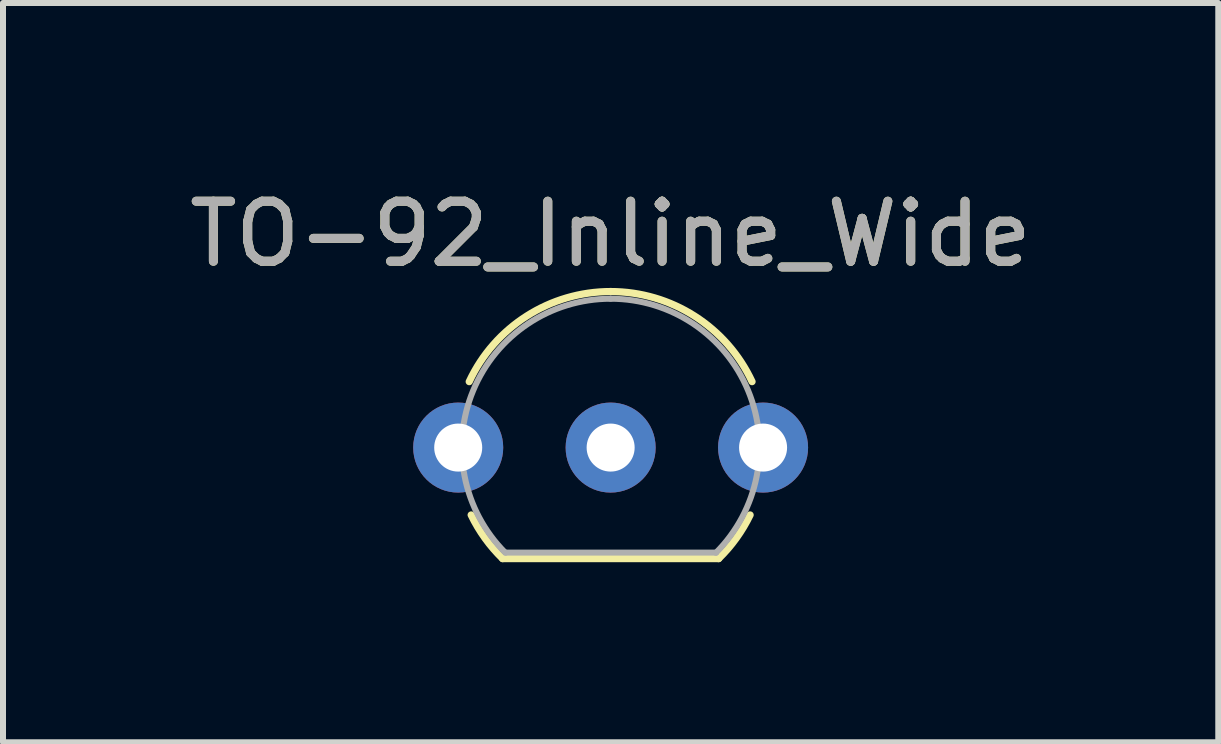
<source format=kicad_pcb>
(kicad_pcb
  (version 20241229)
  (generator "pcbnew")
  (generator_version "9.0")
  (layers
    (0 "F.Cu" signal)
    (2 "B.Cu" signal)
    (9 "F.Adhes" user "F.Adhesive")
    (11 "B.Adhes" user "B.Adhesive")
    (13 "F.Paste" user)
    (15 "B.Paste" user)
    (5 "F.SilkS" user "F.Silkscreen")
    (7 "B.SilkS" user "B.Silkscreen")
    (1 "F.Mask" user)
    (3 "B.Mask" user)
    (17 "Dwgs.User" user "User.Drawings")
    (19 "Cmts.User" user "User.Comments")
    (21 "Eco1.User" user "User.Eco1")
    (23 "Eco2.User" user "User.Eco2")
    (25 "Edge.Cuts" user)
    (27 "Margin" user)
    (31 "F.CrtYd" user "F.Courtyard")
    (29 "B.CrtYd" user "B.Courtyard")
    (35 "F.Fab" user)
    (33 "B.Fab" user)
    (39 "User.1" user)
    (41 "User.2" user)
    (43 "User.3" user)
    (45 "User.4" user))
  (footprint "TO-92_Inline_Wide"
    (layer "F.Cu")
    (at 4.585 4.408)
    (property "Reference" "TO-92_Inline_Wide" (at 2.54 -3.56 180) (layer "F.SilkS") (effects (font (size 1 1) (thickness 0.15))))
    (attr through_hole)
    (fp_line (start 0.74 1.85) (end 4.34 1.85) (stroke (width 0.12) (type solid)) (layer "F.SilkS"))
    (fp_arc (start 0.1836 -1.098807) (mid 1.143021 -2.192817) (end 2.54 -2.6) (stroke (width 0.12) (type solid)) (layer "F.SilkS"))
    (fp_arc (start 0.74 1.85) (mid 0.446097 1.509328) (end 0.215816 1.122795) (stroke (width 0.12) (type solid)) (layer "F.SilkS"))
    (fp_arc (start 2.54 -2.6) (mid 3.936979 -2.192818) (end 4.8964 -1.098807) (stroke (width 0.12) (type solid)) (layer "F.SilkS"))
    (fp_arc (start 4.864184 1.122795) (mid 4.633903 1.509328) (end 4.34 1.85) (stroke (width 0.12) (type solid)) (layer "F.SilkS"))
    (fp_line (start 0.8 1.75) (end 4.3 1.75) (stroke (width 0.1) (type solid)) (layer "F.Fab"))
    (fp_arc (start 0.786375 1.753625) (mid 0.248779 -0.949055) (end 2.54 -2.48) (stroke (width 0.1) (type solid)) (layer "F.Fab"))
    (fp_arc (start 2.54 -2.48) (mid 4.831221 -0.949055) (end 4.293625 1.753625) (stroke (width 0.1) (type solid)) (layer "F.Fab"))
    (fp_text user "${REFERENCE}" (at 2.54 -3.56 180) (layer "F.Fab") (effects (font (size 1 1) (thickness 0.15))))
    (pad "1" thru_hole circle (at 0 0 90) (size 1.5 1.5) (drill 0.8) (layers "*.Cu" "*.Mask"))
    (pad "2" thru_hole circle (at 2.54 0 90) (size 1.5 1.5) (drill 0.8) (layers "*.Cu" "*.Mask"))
    (pad "3" thru_hole circle (at 5.08 0 90) (size 1.5 1.5) (drill 0.8) (layers "*.Cu" "*.Mask")))
  (gr_rect
    (start -3 -3)
    (end 17.25 9.318)
    (stroke (width 0.1) (type default))
    (fill no)
    (layer "Edge.Cuts")))
</source>
